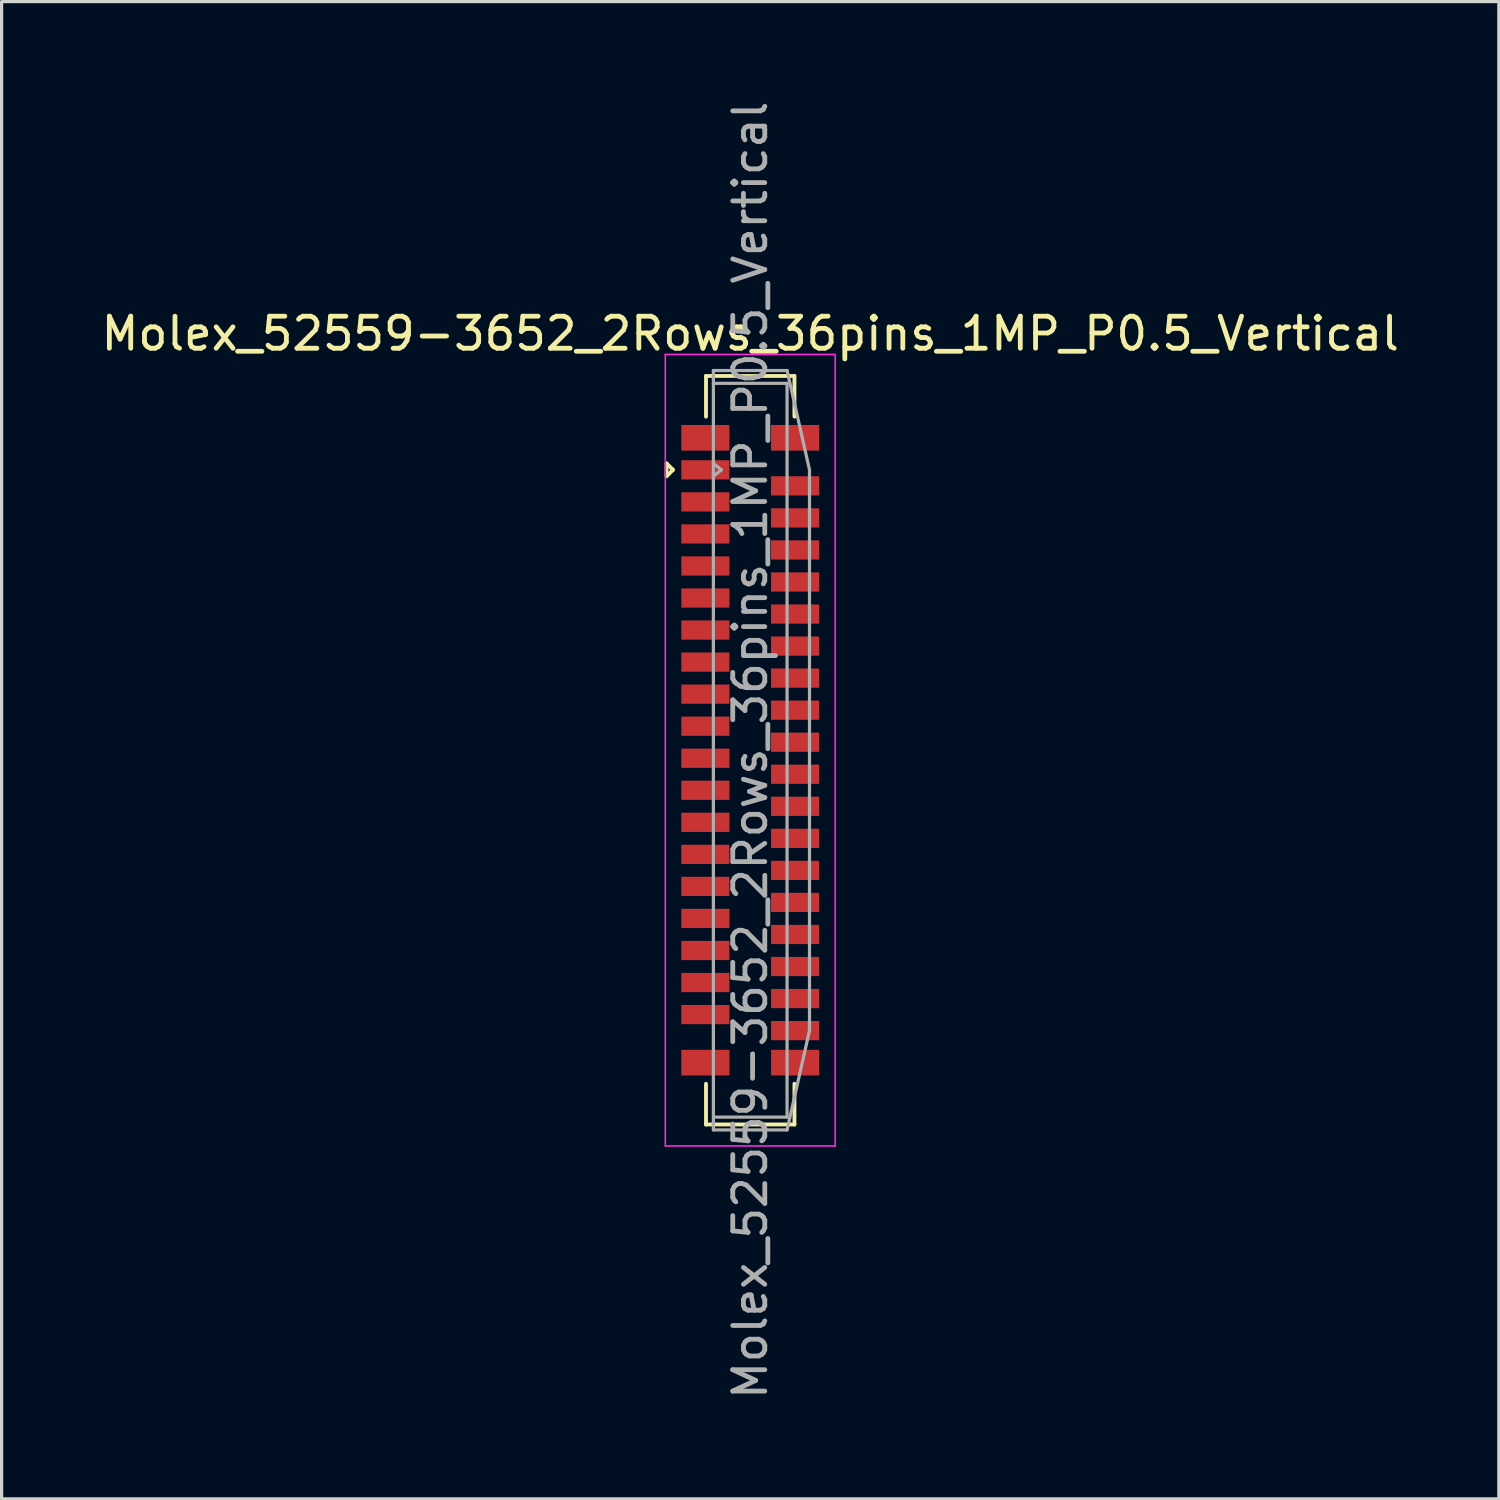
<source format=kicad_pcb>
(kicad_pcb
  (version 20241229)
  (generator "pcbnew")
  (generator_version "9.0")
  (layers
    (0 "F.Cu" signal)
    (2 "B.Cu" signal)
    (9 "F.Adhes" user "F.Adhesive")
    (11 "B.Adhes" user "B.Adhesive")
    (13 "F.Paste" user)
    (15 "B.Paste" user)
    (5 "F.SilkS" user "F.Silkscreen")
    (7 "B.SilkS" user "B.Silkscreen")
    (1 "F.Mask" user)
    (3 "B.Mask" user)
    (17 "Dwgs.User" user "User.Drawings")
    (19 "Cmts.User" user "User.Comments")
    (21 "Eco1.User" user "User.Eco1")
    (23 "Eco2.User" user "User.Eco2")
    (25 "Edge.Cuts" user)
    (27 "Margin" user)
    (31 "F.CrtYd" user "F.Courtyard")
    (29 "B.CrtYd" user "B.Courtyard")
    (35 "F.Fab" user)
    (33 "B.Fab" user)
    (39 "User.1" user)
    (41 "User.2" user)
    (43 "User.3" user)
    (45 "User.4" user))
  (footprint "Molex_52559-3652_2Rows_36pins_1MP_P0.5_Vertical"
    (layer "F.Cu")
    (at 20.363 20.363)
    (property "Reference" "Molex_52559-3652_2Rows_36pins_1MP_P0.5_Vertical" (at 0 -13 0) (layer "F.SilkS") (effects (font (size 1 1) (thickness 0.15))))
    (attr smd)
    (fp_line (start -2.61 -8.55) (end -2.61 -8.95) (stroke (width 0.12) (type solid)) (layer "F.SilkS"))
    (fp_line (start -2.41 -8.75) (end -2.61 -8.95) (stroke (width 0.12) (type solid)) (layer "F.SilkS"))
    (fp_line (start -2.41 -8.75) (end -2.61 -8.55) (stroke (width 0.12) (type solid)) (layer "F.SilkS"))
    (fp_line (start -1.38 -11.68) (end -1.38 -10.41) (stroke (width 0.12) (type solid)) (layer "F.SilkS"))
    (fp_line (start -1.38 11.68) (end -1.38 10.41) (stroke (width 0.12) (type solid)) (layer "F.SilkS"))
    (fp_line (start 1.38 -11.68) (end -1.38 -11.68) (stroke (width 0.12) (type solid)) (layer "F.SilkS"))
    (fp_line (start 1.38 -10.41) (end 1.38 -11.68) (stroke (width 0.12) (type solid)) (layer "F.SilkS"))
    (fp_line (start 1.38 11.68) (end -1.38 11.68) (stroke (width 0.12) (type solid)) (layer "F.SilkS"))
    (fp_line (start 1.38 11.68) (end 1.38 10.41) (stroke (width 0.12) (type solid)) (layer "F.SilkS"))
    (fp_line (start -2.65 -12.35) (end 2.65 -12.35) (stroke (width 0.05) (type solid)) (layer "F.CrtYd"))
    (fp_line (start -2.65 12.35) (end -2.65 -12.35) (stroke (width 0.05) (type solid)) (layer "F.CrtYd"))
    (fp_line (start 2.65 -12.35) (end 2.65 12.35) (stroke (width 0.05) (type solid)) (layer "F.CrtYd"))
    (fp_line (start 2.65 12.35) (end -2.65 12.35) (stroke (width 0.05) (type solid)) (layer "F.CrtYd"))
    (fp_line (start -1.15 -11.85) (end 1.15 -11.85) (stroke (width 0.1) (type solid)) (layer "F.Fab"))
    (fp_line (start -1.15 -11.45) (end 1.15 -11.45) (stroke (width 0.1) (type solid)) (layer "F.Fab"))
    (fp_line (start -1.15 -8.95) (end -0.9 -8.75) (stroke (width 0.1) (type solid)) (layer "F.Fab"))
    (fp_line (start -1.15 11.85) (end -1.15 -11.85) (stroke (width 0.1) (type solid)) (layer "F.Fab"))
    (fp_line (start -0.9 -8.75) (end -1.15 -8.55) (stroke (width 0.1) (type solid)) (layer "F.Fab"))
    (fp_line (start 1.15 -11.85) (end 1.85 -8.75) (stroke (width 0.1) (type solid)) (layer "F.Fab"))
    (fp_line (start 1.15 -11.45) (end 1.15 11.45) (stroke (width 0.1) (type solid)) (layer "F.Fab"))
    (fp_line (start 1.15 11.45) (end -1.15 11.45) (stroke (width 0.1) (type solid)) (layer "F.Fab"))
    (fp_line (start 1.15 11.85) (end -1.15 11.85) (stroke (width 0.1) (type solid)) (layer "F.Fab"))
    (fp_line (start 1.85 -8.75) (end 1.85 8.75) (stroke (width 0.1) (type solid)) (layer "F.Fab"))
    (fp_line (start 1.85 8.75) (end 1.15 11.85) (stroke (width 0.1) (type solid)) (layer "F.Fab"))
    (fp_text user "${REFERENCE}" (at 0 0 270) (layer "F.Fab") (effects (font (size 1 1) (thickness 0.15))))
    (pad "1" smd rect (at -1.4 -8.75 270) (size 0.6 1.5) (layers "F.Cu" "F.Mask" "F.Paste"))
    (pad "2" smd rect (at 1.4 -8.25 270) (size 0.6 1.5) (layers "F.Cu" "F.Mask" "F.Paste"))
    (pad "3" smd rect (at -1.4 -7.75 270) (size 0.6 1.5) (layers "F.Cu" "F.Mask" "F.Paste"))
    (pad "4" smd rect (at 1.4 -7.25 270) (size 0.6 1.5) (layers "F.Cu" "F.Mask" "F.Paste"))
    (pad "5" smd rect (at -1.4 -6.75 270) (size 0.6 1.5) (layers "F.Cu" "F.Mask" "F.Paste"))
    (pad "6" smd rect (at 1.4 -6.25 270) (size 0.6 1.5) (layers "F.Cu" "F.Mask" "F.Paste"))
    (pad "7" smd rect (at -1.4 -5.75 270) (size 0.6 1.5) (layers "F.Cu" "F.Mask" "F.Paste"))
    (pad "8" smd rect (at 1.4 -5.25 270) (size 0.6 1.5) (layers "F.Cu" "F.Mask" "F.Paste"))
    (pad "9" smd rect (at -1.4 -4.75 270) (size 0.6 1.5) (layers "F.Cu" "F.Mask" "F.Paste"))
    (pad "10" smd rect (at 1.4 -4.25 270) (size 0.6 1.5) (layers "F.Cu" "F.Mask" "F.Paste"))
    (pad "11" smd rect (at -1.4 -3.75 270) (size 0.6 1.5) (layers "F.Cu" "F.Mask" "F.Paste"))
    (pad "12" smd rect (at 1.4 -3.25 270) (size 0.6 1.5) (layers "F.Cu" "F.Mask" "F.Paste"))
    (pad "13" smd rect (at -1.4 -2.75 270) (size 0.6 1.5) (layers "F.Cu" "F.Mask" "F.Paste"))
    (pad "14" smd rect (at 1.4 -2.25 270) (size 0.6 1.5) (layers "F.Cu" "F.Mask" "F.Paste"))
    (pad "15" smd rect (at -1.4 -1.75 270) (size 0.6 1.5) (layers "F.Cu" "F.Mask" "F.Paste"))
    (pad "16" smd rect (at 1.4 -1.25 270) (size 0.6 1.5) (layers "F.Cu" "F.Mask" "F.Paste"))
    (pad "17" smd rect (at -1.4 -0.75 270) (size 0.6 1.5) (layers "F.Cu" "F.Mask" "F.Paste"))
    (pad "18" smd rect (at 1.4 -0.25 270) (size 0.6 1.5) (layers "F.Cu" "F.Mask" "F.Paste"))
    (pad "19" smd rect (at -1.4 0.25 270) (size 0.6 1.5) (layers "F.Cu" "F.Mask" "F.Paste"))
    (pad "20" smd rect (at 1.4 0.75 270) (size 0.6 1.5) (layers "F.Cu" "F.Mask" "F.Paste"))
    (pad "21" smd rect (at -1.4 1.25 270) (size 0.6 1.5) (layers "F.Cu" "F.Mask" "F.Paste"))
    (pad "22" smd rect (at 1.4 1.75 270) (size 0.6 1.5) (layers "F.Cu" "F.Mask" "F.Paste"))
    (pad "23" smd rect (at -1.4 2.25 270) (size 0.6 1.5) (layers "F.Cu" "F.Mask" "F.Paste"))
    (pad "24" smd rect (at 1.4 2.75 270) (size 0.6 1.5) (layers "F.Cu" "F.Mask" "F.Paste"))
    (pad "25" smd rect (at -1.4 3.25 270) (size 0.6 1.5) (layers "F.Cu" "F.Mask" "F.Paste"))
    (pad "26" smd rect (at 1.4 3.75 270) (size 0.6 1.5) (layers "F.Cu" "F.Mask" "F.Paste"))
    (pad "27" smd rect (at -1.4 4.25 270) (size 0.6 1.5) (layers "F.Cu" "F.Mask" "F.Paste"))
    (pad "28" smd rect (at 1.4 4.75 270) (size 0.6 1.5) (layers "F.Cu" "F.Mask" "F.Paste"))
    (pad "29" smd rect (at -1.4 5.25 270) (size 0.6 1.5) (layers "F.Cu" "F.Mask" "F.Paste"))
    (pad "30" smd rect (at 1.4 5.75 270) (size 0.6 1.5) (layers "F.Cu" "F.Mask" "F.Paste"))
    (pad "31" smd rect (at -1.4 6.25 270) (size 0.6 1.5) (layers "F.Cu" "F.Mask" "F.Paste"))
    (pad "32" smd rect (at 1.4 6.75 270) (size 0.6 1.5) (layers "F.Cu" "F.Mask" "F.Paste"))
    (pad "33" smd rect (at -1.4 7.25 270) (size 0.6 1.5) (layers "F.Cu" "F.Mask" "F.Paste"))
    (pad "34" smd rect (at 1.4 7.75 270) (size 0.6 1.5) (layers "F.Cu" "F.Mask" "F.Paste"))
    (pad "35" smd rect (at -1.4 8.25 270) (size 0.6 1.5) (layers "F.Cu" "F.Mask" "F.Paste"))
    (pad "36" smd rect (at 1.4 8.75 270) (size 0.6 1.5) (layers "F.Cu" "F.Mask" "F.Paste"))
    (pad "MP" smd rect (at -1.4 -9.75 270) (size 0.8 1.5) (layers "F.Cu" "F.Mask" "F.Paste"))
    (pad "MP" smd rect (at -1.4 9.75 270) (size 0.8 1.5) (layers "F.Cu" "F.Mask" "F.Paste"))
    (pad "MP" smd rect (at 1.4 -9.75 270) (size 0.8 1.5) (layers "F.Cu" "F.Mask" "F.Paste"))
    (pad "MP" smd rect (at 1.4 9.75 270) (size 0.8 1.5) (layers "F.Cu" "F.Mask" "F.Paste")))
  (gr_rect
    (start -3 -3)
    (end 43.726 43.726)
    (stroke (width 0.1) (type default))
    (fill no)
    (layer "Edge.Cuts")))
</source>
